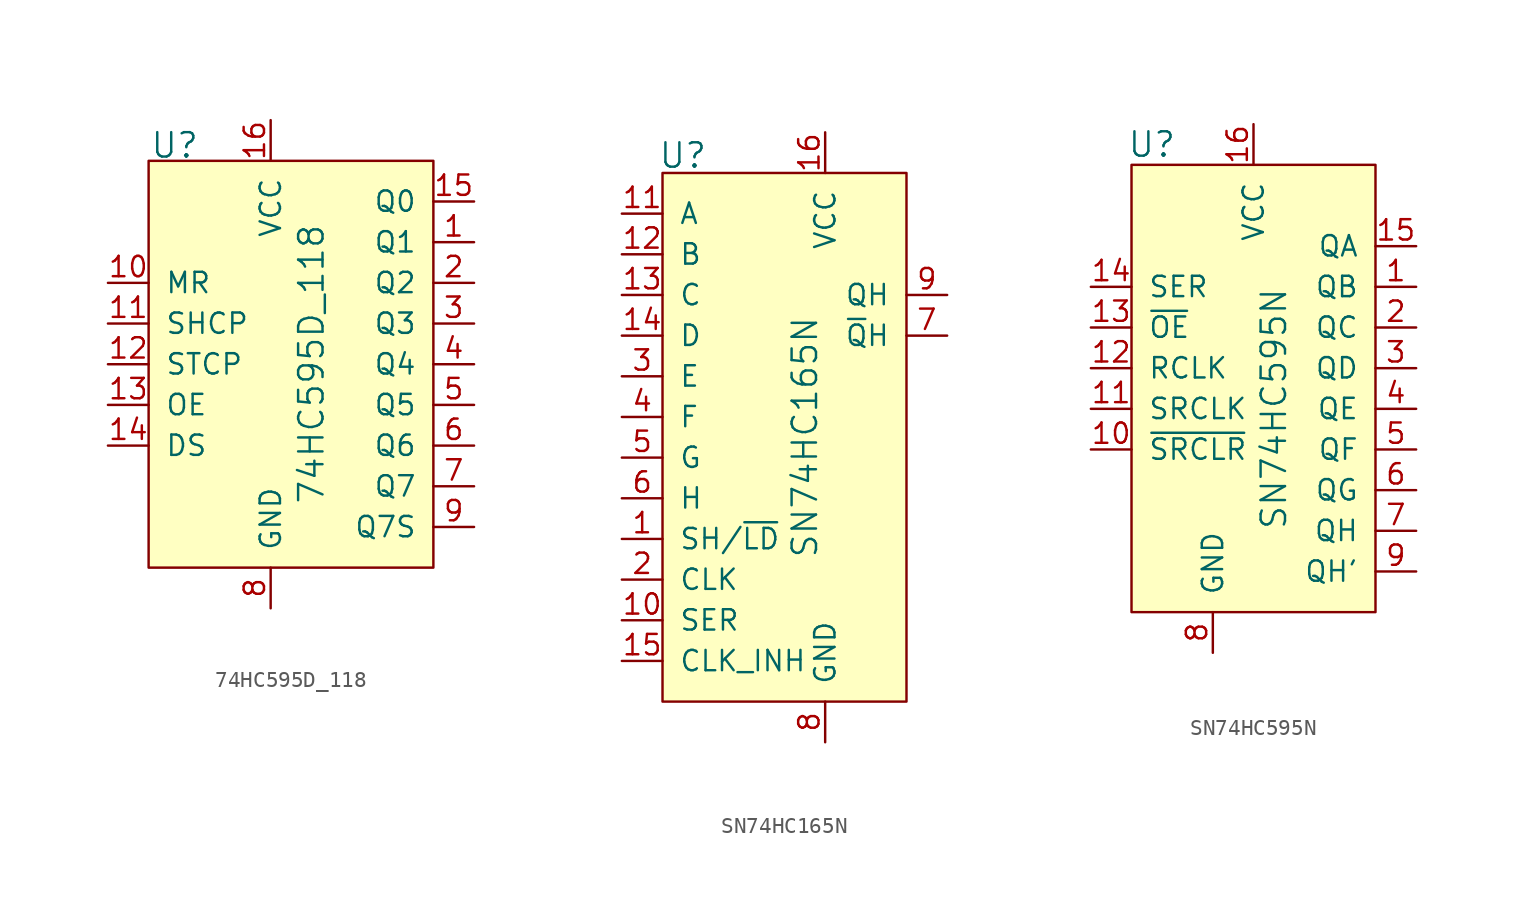
<source format=kicad_sym>
(kicad_symbol_lib
  (version 20201005)
  (generator kicad_symbol_editor)
  (symbol "74HC595D_118"
    (pin_names
      (offset 1.016))
    (property "Reference" "U"
      (at -7.544 0.965 0)
      (effects (font (size 1.524 1.524)) (justify left)))
    (property "Value" "74HC595D_118"
      (at 2.54 -12.7 90)
      (effects (font (size 1.524 1.524))))
    (symbol "74HC595D_118_0_1"
      (rectangle (start -7.62 0) (end 10.16 -25.4) (stroke (width 0)) (fill (type background))))
    (symbol "74HC595D_118_1_1"
      (pin output line (at 12.7 -5.08 180) (length 2.54) (name "Q1" (effects (font (size 1.27 1.27)))) (number "1" (effects (font (size 1.27 1.27)))))
      (pin output line (at 12.7 -7.62 180) (length 2.54) (name "Q2" (effects (font (size 1.27 1.27)))) (number "2" (effects (font (size 1.27 1.27)))))
      (pin output line (at 12.7 -10.16 180) (length 2.54) (name "Q3" (effects (font (size 1.27 1.27)))) (number "3" (effects (font (size 1.27 1.27)))))
      (pin output line (at 12.7 -12.7 180) (length 2.54) (name "Q4" (effects (font (size 1.27 1.27)))) (number "4" (effects (font (size 1.27 1.27)))))
      (pin output line (at 12.7 -15.24 180) (length 2.54) (name "Q5" (effects (font (size 1.27 1.27)))) (number "5" (effects (font (size 1.27 1.27)))))
      (pin output line (at 12.7 -17.78 180) (length 2.54) (name "Q6" (effects (font (size 1.27 1.27)))) (number "6" (effects (font (size 1.27 1.27)))))
      (pin output line (at 12.7 -20.32 180) (length 2.54) (name "Q7" (effects (font (size 1.27 1.27)))) (number "7" (effects (font (size 1.27 1.27)))))
      (pin power_in line (at 0 -27.94 90) (length 2.54) (name "GND" (effects (font (size 1.27 1.27)))) (number "8" (effects (font (size 1.27 1.27)))))
      (pin output line (at 12.7 -22.86 180) (length 2.54) (name "Q7S" (effects (font (size 1.27 1.27)))) (number "9" (effects (font (size 1.27 1.27)))))
      (pin input line (at -10.16 -7.62 0) (length 2.54) (name "MR" (effects (font (size 1.27 1.27)))) (number "10" (effects (font (size 1.27 1.27)))))
      (pin input line (at -10.16 -10.16 0) (length 2.54) (name "SHCP" (effects (font (size 1.27 1.27)))) (number "11" (effects (font (size 1.27 1.27)))))
      (pin input line (at -10.16 -12.7 0) (length 2.54) (name "STCP" (effects (font (size 1.27 1.27)))) (number "12" (effects (font (size 1.27 1.27)))))
      (pin input line (at -10.16 -15.24 0) (length 2.54) (name "OE" (effects (font (size 1.27 1.27)))) (number "13" (effects (font (size 1.27 1.27)))))
      (pin input line (at -10.16 -17.78 0) (length 2.54) (name "DS" (effects (font (size 1.27 1.27)))) (number "14" (effects (font (size 1.27 1.27)))))
      (pin output line (at 12.7 -2.54 180) (length 2.54) (name "Q0" (effects (font (size 1.27 1.27)))) (number "15" (effects (font (size 1.27 1.27)))))
      (pin power_in line (at 0 2.54 270) (length 2.54) (name "VCC" (effects (font (size 1.27 1.27)))) (number "16" (effects (font (size 1.27 1.27)))))))
  (symbol "SN74HC165N"
    (pin_names
      (offset 1.016))
    (property "Reference" "U"
      (at -8.89 16.332 0)
      (effects (font (size 1.524 1.524))))
    (property "Value" "SN74HC165N"
      (at -1.27 -1.27 90)
      (effects (font (size 1.524 1.524))))
    (symbol "SN74HC165N_0_1"
      (rectangle (start -10.16 15.24) (end 5.08 -17.78) (stroke (width 0)) (fill (type background))))
    (symbol "SN74HC165N_1_1"
      (pin output line (at -12.7 -7.62 0) (length 2.54) (name "SH/~LD" (effects (font (size 1.27 1.27)))) (number "1" (effects (font (size 1.27 1.27)))))
      (pin input line (at -12.7 -10.16 0) (length 2.54) (name "CLK" (effects (font (size 1.27 1.27)))) (number "2" (effects (font (size 1.27 1.27)))))
      (pin input line (at -12.7 2.54 0) (length 2.54) (name "E" (effects (font (size 1.27 1.27)))) (number "3" (effects (font (size 1.27 1.27)))))
      (pin input line (at -12.7 0 0) (length 2.54) (name "F" (effects (font (size 1.27 1.27)))) (number "4" (effects (font (size 1.27 1.27)))))
      (pin input line (at -12.7 -2.54 0) (length 2.54) (name "G" (effects (font (size 1.27 1.27)))) (number "5" (effects (font (size 1.27 1.27)))))
      (pin input line (at -12.7 -5.08 0) (length 2.54) (name "H" (effects (font (size 1.27 1.27)))) (number "6" (effects (font (size 1.27 1.27)))))
      (pin output line (at 7.62 5.08 180) (length 2.54) (name "~Q~H" (effects (font (size 1.27 1.27)))) (number "7" (effects (font (size 1.27 1.27)))))
      (pin input line (at 0 -20.32 90) (length 2.54) (name "GND" (effects (font (size 1.27 1.27)))) (number "8" (effects (font (size 1.27 1.27)))))
      (pin output line (at 7.62 7.62 180) (length 2.54) (name "QH" (effects (font (size 1.27 1.27)))) (number "9" (effects (font (size 1.27 1.27)))))
      (pin output line (at -12.7 -12.7 0) (length 2.54) (name "SER" (effects (font (size 1.27 1.27)))) (number "10" (effects (font (size 1.27 1.27)))))
      (pin input line (at -12.7 12.7 0) (length 2.54) (name "A" (effects (font (size 1.27 1.27)))) (number "11" (effects (font (size 1.27 1.27)))))
      (pin input line (at -12.7 10.16 0) (length 2.54) (name "B" (effects (font (size 1.27 1.27)))) (number "12" (effects (font (size 1.27 1.27)))))
      (pin input line (at -12.7 7.62 0) (length 2.54) (name "C" (effects (font (size 1.27 1.27)))) (number "13" (effects (font (size 1.27 1.27)))))
      (pin input line (at -12.7 5.08 0) (length 2.54) (name "D" (effects (font (size 1.27 1.27)))) (number "14" (effects (font (size 1.27 1.27)))))
      (pin input line (at -12.7 -15.24 0) (length 2.54) (name "CLK_INH" (effects (font (size 1.27 1.27)))) (number "15" (effects (font (size 1.27 1.27)))))
      (pin output line (at 0 17.78 270) (length 2.54) (name "VCC" (effects (font (size 1.27 1.27)))) (number "16" (effects (font (size 1.27 1.27)))))))
  (symbol "SN74HC595N"
    (pin_names
      (offset 1.016))
    (property "Reference" "U"
      (at -11.43 16.51 0)
      (effects (font (size 1.524 1.524))))
    (property "Value" "SN74HC595N"
      (at -3.81 0 90)
      (effects (font (size 1.524 1.524))))
    (symbol "SN74HC595N_0_1"
      (rectangle (start -12.7 15.24) (end 2.54 -12.7) (stroke (width 0)) (fill (type background))))
    (symbol "SN74HC595N_1_1"
      (pin output line (at 5.08 7.62 180) (length 2.54) (name "QB" (effects (font (size 1.27 1.27)))) (number "1" (effects (font (size 1.27 1.27)))))
      (pin output line (at 5.08 5.08 180) (length 2.54) (name "QC" (effects (font (size 1.27 1.27)))) (number "2" (effects (font (size 1.27 1.27)))))
      (pin output line (at 5.08 2.54 180) (length 2.54) (name "QD" (effects (font (size 1.27 1.27)))) (number "3" (effects (font (size 1.27 1.27)))))
      (pin output line (at 5.08 0 180) (length 2.54) (name "QE" (effects (font (size 1.27 1.27)))) (number "4" (effects (font (size 1.27 1.27)))))
      (pin output line (at 5.08 -2.54 180) (length 2.54) (name "QF" (effects (font (size 1.27 1.27)))) (number "5" (effects (font (size 1.27 1.27)))))
      (pin output line (at 5.08 -5.08 180) (length 2.54) (name "QG" (effects (font (size 1.27 1.27)))) (number "6" (effects (font (size 1.27 1.27)))))
      (pin output line (at 5.08 -7.62 180) (length 2.54) (name "QH" (effects (font (size 1.27 1.27)))) (number "7" (effects (font (size 1.27 1.27)))))
      (pin power_in line (at -7.62 -15.24 90) (length 2.54) (name "GND" (effects (font (size 1.27 1.27)))) (number "8" (effects (font (size 1.27 1.27)))))
      (pin output line (at 5.08 -10.16 180) (length 2.54) (name "QH'" (effects (font (size 1.27 1.27)))) (number "9" (effects (font (size 1.27 1.27)))))
      (pin input line (at -15.24 -2.54 0) (length 2.54) (name "~SRCLR" (effects (font (size 1.27 1.27)))) (number "10" (effects (font (size 1.27 1.27)))))
      (pin input line (at -15.24 0 0) (length 2.54) (name "SRCLK" (effects (font (size 1.27 1.27)))) (number "11" (effects (font (size 1.27 1.27)))))
      (pin input line (at -15.24 2.54 0) (length 2.54) (name "RCLK" (effects (font (size 1.27 1.27)))) (number "12" (effects (font (size 1.27 1.27)))))
      (pin input line (at -15.24 5.08 0) (length 2.54) (name "~OE" (effects (font (size 1.27 1.27)))) (number "13" (effects (font (size 1.27 1.27)))))
      (pin input line (at -15.24 7.62 0) (length 2.54) (name "SER" (effects (font (size 1.27 1.27)))) (number "14" (effects (font (size 1.27 1.27)))))
      (pin output line (at 5.08 10.16 180) (length 2.54) (name "QA" (effects (font (size 1.27 1.27)))) (number "15" (effects (font (size 1.27 1.27)))))
      (pin power_in line (at -5.08 17.78 270) (length 2.54) (name "VCC" (effects (font (size 1.27 1.27)))) (number "16" (effects (font (size 1.27 1.27))))))))
</source>
